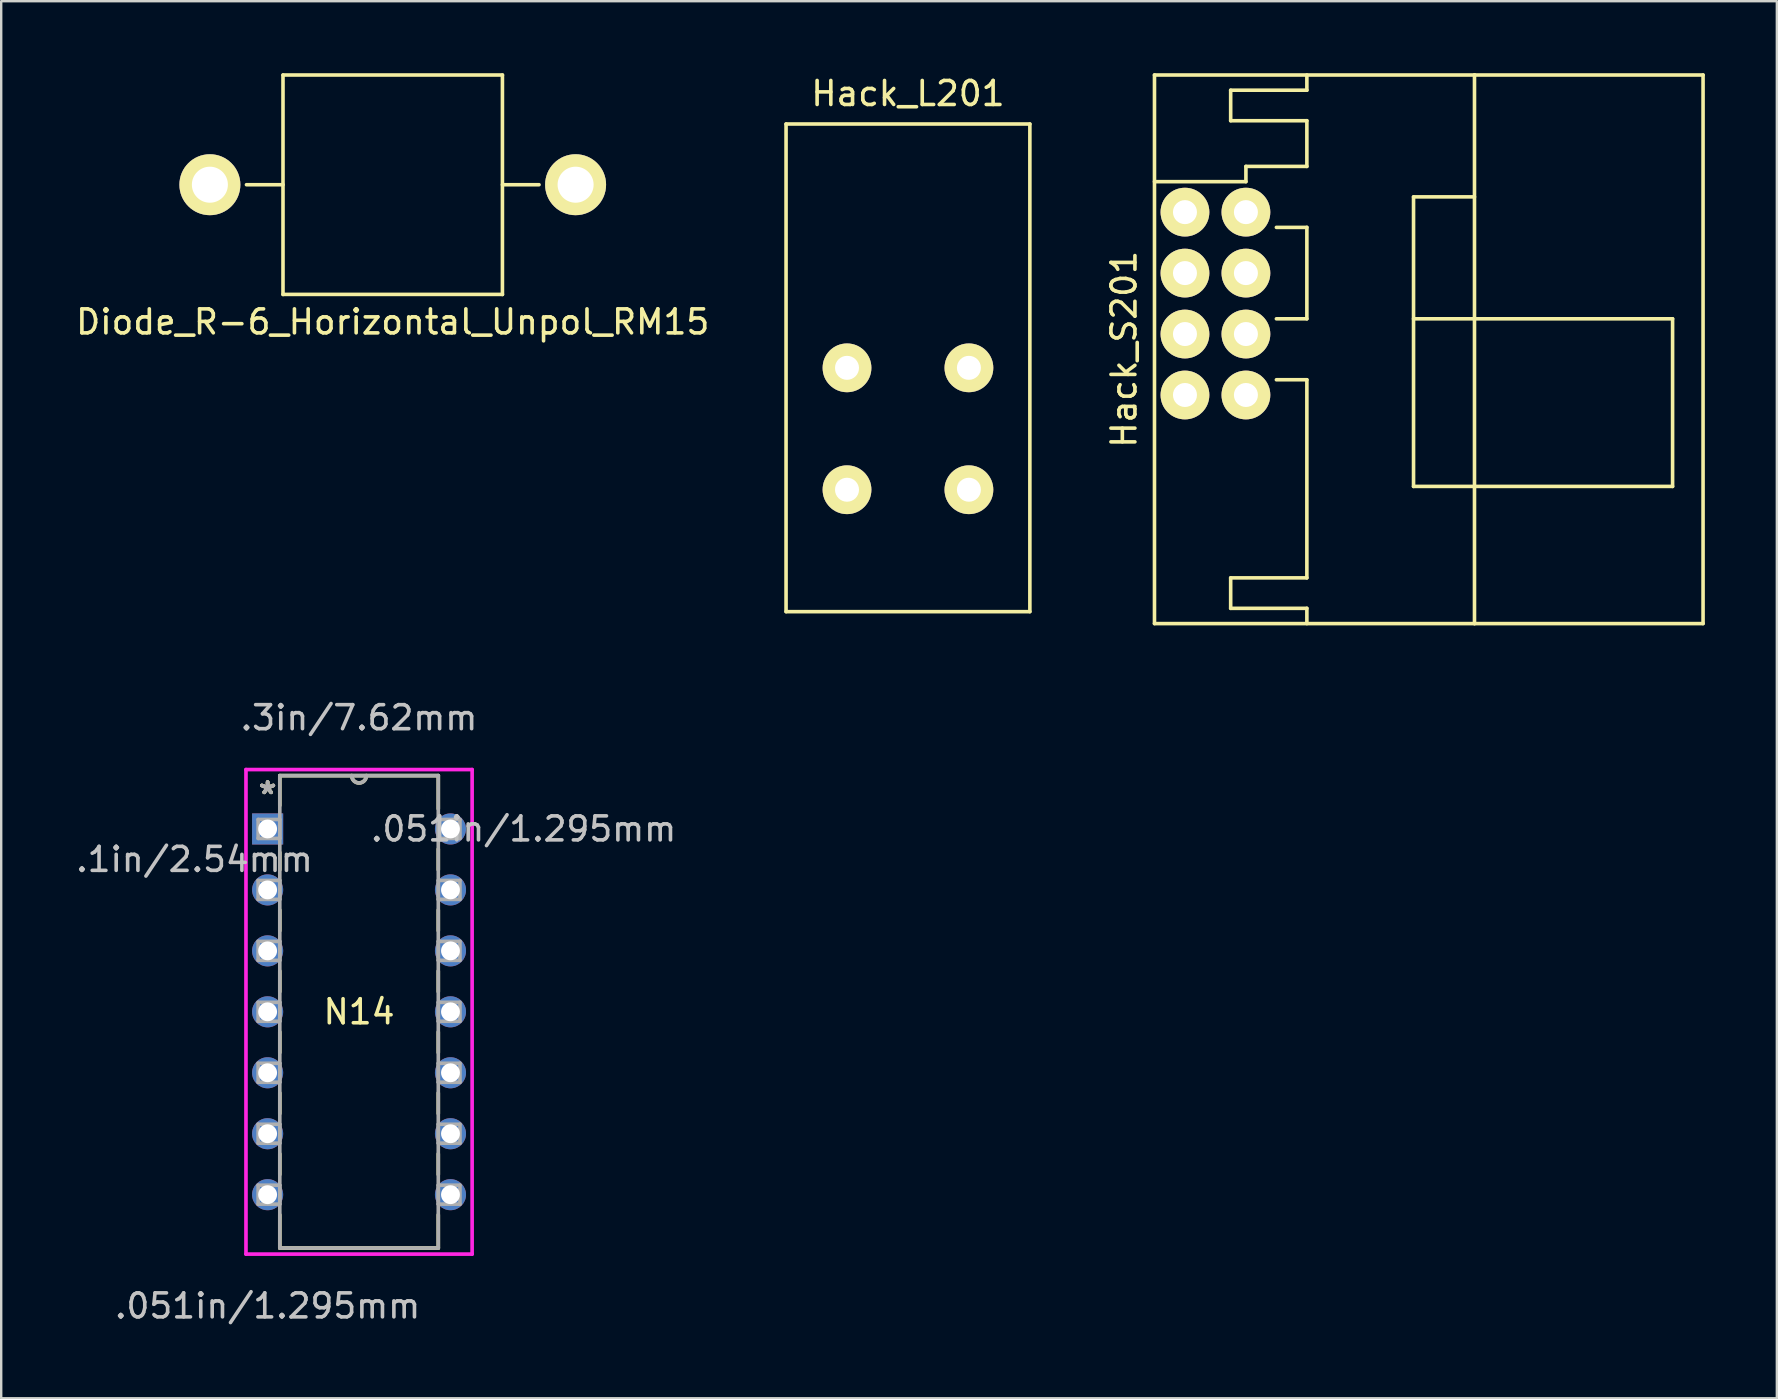
<source format=kicad_pcb>
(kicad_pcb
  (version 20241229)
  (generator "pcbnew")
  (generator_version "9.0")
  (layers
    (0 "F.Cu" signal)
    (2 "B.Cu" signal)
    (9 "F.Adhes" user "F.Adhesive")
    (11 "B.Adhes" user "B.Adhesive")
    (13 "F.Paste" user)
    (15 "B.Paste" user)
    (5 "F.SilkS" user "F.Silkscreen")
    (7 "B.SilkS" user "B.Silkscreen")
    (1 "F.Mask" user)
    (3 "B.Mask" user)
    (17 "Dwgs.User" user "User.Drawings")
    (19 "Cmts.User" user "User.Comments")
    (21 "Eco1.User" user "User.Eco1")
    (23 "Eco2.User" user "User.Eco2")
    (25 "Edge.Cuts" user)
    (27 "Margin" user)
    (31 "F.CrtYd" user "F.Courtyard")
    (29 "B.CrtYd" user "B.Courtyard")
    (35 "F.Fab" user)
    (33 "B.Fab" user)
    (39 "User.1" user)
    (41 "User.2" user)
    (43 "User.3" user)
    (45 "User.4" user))
  (footprint "Hack_S201"
    (layer "F.Cu")
    (at 46.329 10.87)
    (property "Reference" "Hack_S201" (at -2.54 0.635 90) (layer "F.SilkS") (effects (font (size 1 1) (thickness 0.15))))
    (attr through_hole)
    (fp_line (start -1.27 -10.795) (end 12.065 -10.795) (stroke (width 0.15) (type solid)) (layer "F.SilkS"))
    (fp_line (start -1.27 12.065) (end -1.27 -10.795) (stroke (width 0.15) (type solid)) (layer "F.SilkS"))
    (fp_line (start 1.905 -10.16) (end 1.905 -8.89) (stroke (width 0.15) (type solid)) (layer "F.SilkS"))
    (fp_line (start 1.905 -8.89) (end 5.08 -8.89) (stroke (width 0.15) (type solid)) (layer "F.SilkS"))
    (fp_line (start 1.905 10.16) (end 1.905 11.43) (stroke (width 0.15) (type solid)) (layer "F.SilkS"))
    (fp_line (start 1.905 11.43) (end 5.08 11.43) (stroke (width 0.15) (type solid)) (layer "F.SilkS"))
    (fp_line (start 2.54 -6.985) (end 2.54 -6.35) (stroke (width 0.15) (type solid)) (layer "F.SilkS"))
    (fp_line (start 2.54 -6.35) (end -1.27 -6.35) (stroke (width 0.15) (type solid)) (layer "F.SilkS"))
    (fp_line (start 5.08 -10.795) (end 5.08 -10.16) (stroke (width 0.15) (type solid)) (layer "F.SilkS"))
    (fp_line (start 5.08 -10.16) (end 1.905 -10.16) (stroke (width 0.15) (type solid)) (layer "F.SilkS"))
    (fp_line (start 5.08 -8.89) (end 5.08 -6.985) (stroke (width 0.15) (type solid)) (layer "F.SilkS"))
    (fp_line (start 5.08 -6.985) (end 2.54 -6.985) (stroke (width 0.15) (type solid)) (layer "F.SilkS"))
    (fp_line (start 5.08 -4.445) (end 3.81 -4.445) (stroke (width 0.15) (type solid)) (layer "F.SilkS"))
    (fp_line (start 5.08 -4.445) (end 5.08 -0.635) (stroke (width 0.15) (type solid)) (layer "F.SilkS"))
    (fp_line (start 5.08 -0.635) (end 3.81 -0.635) (stroke (width 0.15) (type solid)) (layer "F.SilkS"))
    (fp_line (start 5.08 1.905) (end 3.81 1.905) (stroke (width 0.15) (type solid)) (layer "F.SilkS"))
    (fp_line (start 5.08 1.905) (end 5.08 10.16) (stroke (width 0.15) (type solid)) (layer "F.SilkS"))
    (fp_line (start 5.08 10.16) (end 1.905 10.16) (stroke (width 0.15) (type solid)) (layer "F.SilkS"))
    (fp_line (start 5.08 11.43) (end 5.08 12.065) (stroke (width 0.15) (type solid)) (layer "F.SilkS"))
    (fp_line (start 9.525 -5.715) (end 12.065 -5.715) (stroke (width 0.15) (type solid)) (layer "F.SilkS"))
    (fp_line (start 9.525 6.35) (end 9.525 -5.715) (stroke (width 0.15) (type solid)) (layer "F.SilkS"))
    (fp_line (start 12.065 -10.795) (end 12.065 -0.635) (stroke (width 0.15) (type solid)) (layer "F.SilkS"))
    (fp_line (start 12.065 -10.795) (end 21.59 -10.795) (stroke (width 0.15) (type solid)) (layer "F.SilkS"))
    (fp_line (start 12.065 -0.635) (end 9.525 -0.635) (stroke (width 0.15) (type solid)) (layer "F.SilkS"))
    (fp_line (start 12.065 -0.635) (end 12.065 6.35) (stroke (width 0.15) (type solid)) (layer "F.SilkS"))
    (fp_line (start 12.065 -0.635) (end 20.32 -0.635) (stroke (width 0.15) (type solid)) (layer "F.SilkS"))
    (fp_line (start 12.065 6.35) (end 9.525 6.35) (stroke (width 0.15) (type solid)) (layer "F.SilkS"))
    (fp_line (start 12.065 6.35) (end 12.065 12.065) (stroke (width 0.15) (type solid)) (layer "F.SilkS"))
    (fp_line (start 12.065 12.065) (end -1.27 12.065) (stroke (width 0.15) (type solid)) (layer "F.SilkS"))
    (fp_line (start 20.32 -0.635) (end 20.32 6.35) (stroke (width 0.15) (type solid)) (layer "F.SilkS"))
    (fp_line (start 20.32 6.35) (end 12.065 6.35) (stroke (width 0.15) (type solid)) (layer "F.SilkS"))
    (fp_line (start 21.59 -10.795) (end 21.59 12.065) (stroke (width 0.15) (type solid)) (layer "F.SilkS"))
    (fp_line (start 21.59 12.065) (end 12.065 12.065) (stroke (width 0.15) (type solid)) (layer "F.SilkS"))
    (pad "1" thru_hole circle (at 0 2.54) (size 2.032 2.032) (drill 1) (layers "*.Cu" "*.Mask" "F.SilkS"))
    (pad "1" thru_hole circle (at 2.54 2.54) (size 2.032 2.032) (drill 1) (layers "*.Cu" "*.Mask" "F.SilkS"))
    (pad "2" thru_hole circle (at 0 -2.54) (size 2.032 2.032) (drill 1) (layers "*.Cu" "*.Mask" "F.SilkS"))
    (pad "2" thru_hole circle (at 2.54 -2.54) (size 2.032 2.032) (drill 1) (layers "*.Cu" "*.Mask" "F.SilkS"))
    (pad "3" thru_hole circle (at 0 0) (size 2.032 2.032) (drill 1) (layers "*.Cu" "*.Mask" "F.SilkS"))
    (pad "3" thru_hole circle (at 2.54 0) (size 2.032 2.032) (drill 1) (layers "*.Cu" "*.Mask" "F.SilkS"))
    (pad "4" thru_hole circle (at 0 -5.08) (size 2.032 2.032) (drill 1) (layers "*.Cu" "*.Mask" "F.SilkS"))
    (pad "4" thru_hole circle (at 2.54 -5.08) (size 2.032 2.032) (drill 1) (layers "*.Cu" "*.Mask" "F.SilkS")))
  (footprint "Hack_L201"
    (layer "F.Cu")
    (at 34.786 12.278)
    (property "Reference" "Hack_L201" (at 0 -11.43 0) (layer "F.SilkS") (effects (font (size 1 1) (thickness 0.15))))
    (attr through_hole)
    (fp_line (start -5.08 -10.16) (end 5.08 -10.16) (stroke (width 0.15) (type solid)) (layer "F.SilkS"))
    (fp_line (start -5.08 10.16) (end -5.08 -10.16) (stroke (width 0.15) (type solid)) (layer "F.SilkS"))
    (fp_line (start 5.08 -10.16) (end 5.08 10.16) (stroke (width 0.15) (type solid)) (layer "F.SilkS"))
    (fp_line (start 5.08 10.16) (end -5.08 10.16) (stroke (width 0.15) (type solid)) (layer "F.SilkS"))
    (pad "1" thru_hole circle (at -2.54 5.08) (size 2.032 2.032) (drill 1) (layers "*.Cu" "*.Mask" "F.SilkS"))
    (pad "2" thru_hole circle (at -2.54 0) (size 2.032 2.032) (drill 1) (layers "*.Cu" "*.Mask" "F.SilkS"))
    (pad "3" thru_hole circle (at 2.54 5.08) (size 2.032 2.032) (drill 1) (layers "*.Cu" "*.Mask" "F.SilkS"))
    (pad "4" thru_hole circle (at 2.54 0) (size 2.032 2.032) (drill 1) (layers "*.Cu" "*.Mask" "F.SilkS")))
  (footprint "Diode_R-6_Horizontal_Unpol_RM15"
    (layer "F.Cu")
    (at 5.695 4.65)
    (property "Reference" "Diode_R-6_Horizontal_Unpol_RM15" (at 7.62 5.715 0) (layer "F.SilkS") (effects (font (size 1 1) (thickness 0.15))))
    (attr through_hole)
    (fp_line (start 3.048 4.572) (end 3.048 -4.572) (stroke (width 0.15) (type solid)) (layer "F.SilkS"))
    (fp_line (start 3.049 -4.575) (end 12.193 -4.575) (stroke (width 0.15) (type solid)) (layer "F.SilkS"))
    (fp_line (start 3.049 -0.003) (end 1.525 -0.003) (stroke (width 0.15) (type solid)) (layer "F.SilkS"))
    (fp_line (start 12.192 -4.572) (end 12.192 4.572) (stroke (width 0.15) (type solid)) (layer "F.SilkS"))
    (fp_line (start 12.193 -0.003) (end 13.717 -0.003) (stroke (width 0.15) (type solid)) (layer "F.SilkS"))
    (fp_line (start 12.193 4.569) (end 3.049 4.569) (stroke (width 0.15) (type solid)) (layer "F.SilkS"))
    (pad "1" thru_hole circle (at 0.001 -0.003 180) (size 2.54 2.54) (drill 1.501) (layers "*.Cu" "*.Mask" "F.SilkS"))
    (pad "2" thru_hole circle (at 15.241 -0.003 180) (size 2.54 2.54) (drill 1.501) (layers "*.Cu" "*.Mask" "F.SilkS")))
  (footprint "N14"
    (layer "F.Cu")
    (at 15.722 46.734)
    (property "Reference" "N14" (at -3.81 -7.62 0) (layer "F.SilkS") (effects (font (size 1 1) (thickness 0.15))))
    (attr through_hole)
    (fp_line (start -7.112 -17.462) (end -7.112 -16.22) (stroke (width 0.152) (type solid)) (layer "F.SilkS"))
    (fp_line (start -7.112 -14.26) (end -7.112 -13.539) (stroke (width 0.152) (type solid)) (layer "F.SilkS"))
    (fp_line (start -7.112 -11.861) (end -7.112 -10.999) (stroke (width 0.152) (type solid)) (layer "F.SilkS"))
    (fp_line (start -7.112 -9.321) (end -7.112 -8.459) (stroke (width 0.152) (type solid)) (layer "F.SilkS"))
    (fp_line (start -7.112 -6.781) (end -7.112 -5.919) (stroke (width 0.152) (type solid)) (layer "F.SilkS"))
    (fp_line (start -7.112 -4.241) (end -7.112 -3.379) (stroke (width 0.152) (type solid)) (layer "F.SilkS"))
    (fp_line (start -7.112 -1.701) (end -7.112 -0.839) (stroke (width 0.152) (type solid)) (layer "F.SilkS"))
    (fp_line (start -7.112 0.839) (end -7.112 2.223) (stroke (width 0.152) (type solid)) (layer "F.SilkS"))
    (fp_line (start -7.112 2.223) (end -0.508 2.223) (stroke (width 0.152) (type solid)) (layer "F.SilkS"))
    (fp_line (start -0.508 -17.462) (end -7.112 -17.462) (stroke (width 0.152) (type solid)) (layer "F.SilkS"))
    (fp_line (start -0.508 -16.079) (end -0.508 -17.462) (stroke (width 0.152) (type solid)) (layer "F.SilkS"))
    (fp_line (start -0.508 -13.539) (end -0.508 -14.401) (stroke (width 0.152) (type solid)) (layer "F.SilkS"))
    (fp_line (start -0.508 -10.999) (end -0.508 -11.861) (stroke (width 0.152) (type solid)) (layer "F.SilkS"))
    (fp_line (start -0.508 -8.459) (end -0.508 -9.321) (stroke (width 0.152) (type solid)) (layer "F.SilkS"))
    (fp_line (start -0.508 -5.919) (end -0.508 -6.781) (stroke (width 0.152) (type solid)) (layer "F.SilkS"))
    (fp_line (start -0.508 -3.379) (end -0.508 -4.241) (stroke (width 0.152) (type solid)) (layer "F.SilkS"))
    (fp_line (start -0.508 -0.839) (end -0.508 -1.701) (stroke (width 0.152) (type solid)) (layer "F.SilkS"))
    (fp_line (start -0.508 2.223) (end -0.508 0.839) (stroke (width 0.152) (type solid)) (layer "F.SilkS"))
    (fp_arc (start -3.5052 -17.4625) (mid -3.81 -17.1577) (end -4.1148 -17.4625) (stroke (width 0.1524) (type solid)) (layer "F.SilkS"))
    (fp_line (start -8.522 -17.716) (end 0.902 -17.716) (stroke (width 0.152) (type solid)) (layer "F.CrtYd"))
    (fp_line (start -8.522 2.477) (end -8.522 -17.716) (stroke (width 0.152) (type solid)) (layer "F.CrtYd"))
    (fp_line (start 0.902 -17.716) (end 0.902 2.477) (stroke (width 0.152) (type solid)) (layer "F.CrtYd"))
    (fp_line (start 0.902 2.477) (end -8.522 2.477) (stroke (width 0.152) (type solid)) (layer "F.CrtYd"))
    (fp_line (start -8.014 -15.634) (end -8.014 -14.846) (stroke (width 0.152) (type solid)) (layer "F.Fab"))
    (fp_line (start -8.014 -14.846) (end -7.112 -14.846) (stroke (width 0.152) (type solid)) (layer "F.Fab"))
    (fp_line (start -8.014 -13.094) (end -8.014 -12.306) (stroke (width 0.152) (type solid)) (layer "F.Fab"))
    (fp_line (start -8.014 -12.306) (end -7.112 -12.306) (stroke (width 0.152) (type solid)) (layer "F.Fab"))
    (fp_line (start -8.014 -10.554) (end -8.014 -9.766) (stroke (width 0.152) (type solid)) (layer "F.Fab"))
    (fp_line (start -8.014 -9.766) (end -7.112 -9.766) (stroke (width 0.152) (type solid)) (layer "F.Fab"))
    (fp_line (start -8.014 -8.014) (end -8.014 -7.226) (stroke (width 0.152) (type solid)) (layer "F.Fab"))
    (fp_line (start -8.014 -7.226) (end -7.112 -7.226) (stroke (width 0.152) (type solid)) (layer "F.Fab"))
    (fp_line (start -8.014 -5.474) (end -8.014 -4.686) (stroke (width 0.152) (type solid)) (layer "F.Fab"))
    (fp_line (start -8.014 -4.686) (end -7.112 -4.686) (stroke (width 0.152) (type solid)) (layer "F.Fab"))
    (fp_line (start -8.014 -2.934) (end -8.014 -2.146) (stroke (width 0.152) (type solid)) (layer "F.Fab"))
    (fp_line (start -8.014 -2.146) (end -7.112 -2.146) (stroke (width 0.152) (type solid)) (layer "F.Fab"))
    (fp_line (start -8.014 -0.394) (end -8.014 0.394) (stroke (width 0.152) (type solid)) (layer "F.Fab"))
    (fp_line (start -8.014 0.394) (end -7.112 0.394) (stroke (width 0.152) (type solid)) (layer "F.Fab"))
    (fp_line (start -7.112 -17.462) (end -7.112 2.223) (stroke (width 0.152) (type solid)) (layer "F.Fab"))
    (fp_line (start -7.112 -15.634) (end -8.014 -15.634) (stroke (width 0.152) (type solid)) (layer "F.Fab"))
    (fp_line (start -7.112 -14.846) (end -7.112 -15.634) (stroke (width 0.152) (type solid)) (layer "F.Fab"))
    (fp_line (start -7.112 -13.094) (end -8.014 -13.094) (stroke (width 0.152) (type solid)) (layer "F.Fab"))
    (fp_line (start -7.112 -12.306) (end -7.112 -13.094) (stroke (width 0.152) (type solid)) (layer "F.Fab"))
    (fp_line (start -7.112 -10.554) (end -8.014 -10.554) (stroke (width 0.152) (type solid)) (layer "F.Fab"))
    (fp_line (start -7.112 -9.766) (end -7.112 -10.554) (stroke (width 0.152) (type solid)) (layer "F.Fab"))
    (fp_line (start -7.112 -8.014) (end -8.014 -8.014) (stroke (width 0.152) (type solid)) (layer "F.Fab"))
    (fp_line (start -7.112 -7.226) (end -7.112 -8.014) (stroke (width 0.152) (type solid)) (layer "F.Fab"))
    (fp_line (start -7.112 -5.474) (end -8.014 -5.474) (stroke (width 0.152) (type solid)) (layer "F.Fab"))
    (fp_line (start -7.112 -4.686) (end -7.112 -5.474) (stroke (width 0.152) (type solid)) (layer "F.Fab"))
    (fp_line (start -7.112 -2.934) (end -8.014 -2.934) (stroke (width 0.152) (type solid)) (layer "F.Fab"))
    (fp_line (start -7.112 -2.146) (end -7.112 -2.934) (stroke (width 0.152) (type solid)) (layer "F.Fab"))
    (fp_line (start -7.112 -0.394) (end -8.014 -0.394) (stroke (width 0.152) (type solid)) (layer "F.Fab"))
    (fp_line (start -7.112 0.394) (end -7.112 -0.394) (stroke (width 0.152) (type solid)) (layer "F.Fab"))
    (fp_line (start -7.112 2.223) (end -0.508 2.223) (stroke (width 0.152) (type solid)) (layer "F.Fab"))
    (fp_line (start -0.508 -17.462) (end -7.112 -17.462) (stroke (width 0.152) (type solid)) (layer "F.Fab"))
    (fp_line (start -0.508 -15.634) (end -0.508 -14.846) (stroke (width 0.152) (type solid)) (layer "F.Fab"))
    (fp_line (start -0.508 -14.846) (end 0.394 -14.846) (stroke (width 0.152) (type solid)) (layer "F.Fab"))
    (fp_line (start -0.508 -13.094) (end -0.508 -12.306) (stroke (width 0.152) (type solid)) (layer "F.Fab"))
    (fp_line (start -0.508 -12.306) (end 0.394 -12.306) (stroke (width 0.152) (type solid)) (layer "F.Fab"))
    (fp_line (start -0.508 -10.554) (end -0.508 -9.766) (stroke (width 0.152) (type solid)) (layer "F.Fab"))
    (fp_line (start -0.508 -9.766) (end 0.394 -9.766) (stroke (width 0.152) (type solid)) (layer "F.Fab"))
    (fp_line (start -0.508 -8.014) (end -0.508 -7.226) (stroke (width 0.152) (type solid)) (layer "F.Fab"))
    (fp_line (start -0.508 -7.226) (end 0.394 -7.226) (stroke (width 0.152) (type solid)) (layer "F.Fab"))
    (fp_line (start -0.508 -5.474) (end -0.508 -4.686) (stroke (width 0.152) (type solid)) (layer "F.Fab"))
    (fp_line (start -0.508 -4.686) (end 0.394 -4.686) (stroke (width 0.152) (type solid)) (layer "F.Fab"))
    (fp_line (start -0.508 -2.934) (end -0.508 -2.146) (stroke (width 0.152) (type solid)) (layer "F.Fab"))
    (fp_line (start -0.508 -2.146) (end 0.394 -2.146) (stroke (width 0.152) (type solid)) (layer "F.Fab"))
    (fp_line (start -0.508 -0.394) (end -0.508 0.394) (stroke (width 0.152) (type solid)) (layer "F.Fab"))
    (fp_line (start -0.508 0.394) (end 0.394 0.394) (stroke (width 0.152) (type solid)) (layer "F.Fab"))
    (fp_line (start -0.508 2.223) (end -0.508 -17.462) (stroke (width 0.152) (type solid)) (layer "F.Fab"))
    (fp_line (start 0.394 -15.634) (end -0.508 -15.634) (stroke (width 0.152) (type solid)) (layer "F.Fab"))
    (fp_line (start 0.394 -14.846) (end 0.394 -15.634) (stroke (width 0.152) (type solid)) (layer "F.Fab"))
    (fp_line (start 0.394 -13.094) (end -0.508 -13.094) (stroke (width 0.152) (type solid)) (layer "F.Fab"))
    (fp_line (start 0.394 -12.306) (end 0.394 -13.094) (stroke (width 0.152) (type solid)) (layer "F.Fab"))
    (fp_line (start 0.394 -10.554) (end -0.508 -10.554) (stroke (width 0.152) (type solid)) (layer "F.Fab"))
    (fp_line (start 0.394 -9.766) (end 0.394 -10.554) (stroke (width 0.152) (type solid)) (layer "F.Fab"))
    (fp_line (start 0.394 -8.014) (end -0.508 -8.014) (stroke (width 0.152) (type solid)) (layer "F.Fab"))
    (fp_line (start 0.394 -7.226) (end 0.394 -8.014) (stroke (width 0.152) (type solid)) (layer "F.Fab"))
    (fp_line (start 0.394 -5.474) (end -0.508 -5.474) (stroke (width 0.152) (type solid)) (layer "F.Fab"))
    (fp_line (start 0.394 -4.686) (end 0.394 -5.474) (stroke (width 0.152) (type solid)) (layer "F.Fab"))
    (fp_line (start 0.394 -2.934) (end -0.508 -2.934) (stroke (width 0.152) (type solid)) (layer "F.Fab"))
    (fp_line (start 0.394 -2.146) (end 0.394 -2.934) (stroke (width 0.152) (type solid)) (layer "F.Fab"))
    (fp_line (start 0.394 -0.394) (end -0.508 -0.394) (stroke (width 0.152) (type solid)) (layer "F.Fab"))
    (fp_line (start 0.394 0.394) (end 0.394 -0.394) (stroke (width 0.152) (type solid)) (layer "F.Fab"))
    (fp_arc (start -3.5052 -17.4625) (mid -3.81 -17.1577) (end -4.1148 -17.4625) (stroke (width 0.1524) (type solid)) (layer "F.Fab"))
    (fp_text user "*" (at -7.62 -16.65 0) (layer "F.SilkS") (effects (font (size 1 1) (thickness 0.15))))
    (fp_text user "*" (at -7.62 -16.65 0) (layer "F.SilkS") (effects (font (size 1 1) (thickness 0.15))))
    (fp_text user ".051in/1.295mm" (at -7.62 4.636 0) (layer "Dwgs.User") (effects (font (size 1 1) (thickness 0.15))))
    (fp_text user ".1in/2.54mm" (at -10.668 -13.97 0) (layer "Dwgs.User") (effects (font (size 1 1) (thickness 0.15))))
    (fp_text user ".051in/1.295mm" (at 3.048 -15.24 0) (layer "Dwgs.User") (effects (font (size 1 1) (thickness 0.15))))
    (fp_text user ".3in/7.62mm" (at -3.81 -19.875 0) (layer "Dwgs.User") (effects (font (size 1 1) (thickness 0.15))))
    (fp_text user "Copyright 2016 Accelerated Designs. All rights reserved." (at 0 0 0) (layer "Cmts.User") (effects (font (size 0.127 0.127) (thickness 0.002))))
    (fp_text user "*" (at -7.62 -16.65 0) (layer "F.Fab") (effects (font (size 1 1) (thickness 0.15))))
    (fp_text user "*" (at -7.62 -16.65 0) (layer "F.Fab") (effects (font (size 1 1) (thickness 0.15))))
    (pad "1" thru_hole rect (at -7.62 -15.24) (size 1.295 1.295) (drill 0.787) (layers "*.Cu" "*.Mask"))
    (pad "2" thru_hole circle (at -7.62 -12.7) (size 1.295 1.295) (drill 0.787) (layers "*.Cu" "*.Mask"))
    (pad "3" thru_hole circle (at -7.62 -10.16) (size 1.295 1.295) (drill 0.787) (layers "*.Cu" "*.Mask"))
    (pad "4" thru_hole circle (at -7.62 -7.62) (size 1.295 1.295) (drill 0.787) (layers "*.Cu" "*.Mask"))
    (pad "5" thru_hole circle (at -7.62 -5.08) (size 1.295 1.295) (drill 0.787) (layers "*.Cu" "*.Mask"))
    (pad "6" thru_hole circle (at -7.62 -2.54) (size 1.295 1.295) (drill 0.787) (layers "*.Cu" "*.Mask"))
    (pad "7" thru_hole circle (at -7.62 0) (size 1.295 1.295) (drill 0.787) (layers "*.Cu" "*.Mask"))
    (pad "8" thru_hole circle (at 0 0) (size 1.295 1.295) (drill 0.787) (layers "*.Cu" "*.Mask"))
    (pad "9" thru_hole circle (at 0 -2.54) (size 1.295 1.295) (drill 0.787) (layers "*.Cu" "*.Mask"))
    (pad "10" thru_hole circle (at 0 -5.08) (size 1.295 1.295) (drill 0.787) (layers "*.Cu" "*.Mask"))
    (pad "11" thru_hole circle (at 0 -7.62) (size 1.295 1.295) (drill 0.787) (layers "*.Cu" "*.Mask"))
    (pad "12" thru_hole circle (at 0 -10.16) (size 1.295 1.295) (drill 0.787) (layers "*.Cu" "*.Mask"))
    (pad "13" thru_hole circle (at 0 -12.7) (size 1.295 1.295) (drill 0.787) (layers "*.Cu" "*.Mask"))
    (pad "14" thru_hole circle (at 0 -15.24) (size 1.295 1.295) (drill 0.787) (layers "*.Cu" "*.Mask")))
  (gr_rect
    (start -3 -3)
    (end 70.994 55.218)
    (stroke (width 0.1) (type default))
    (fill no)
    (layer "Edge.Cuts")))
</source>
